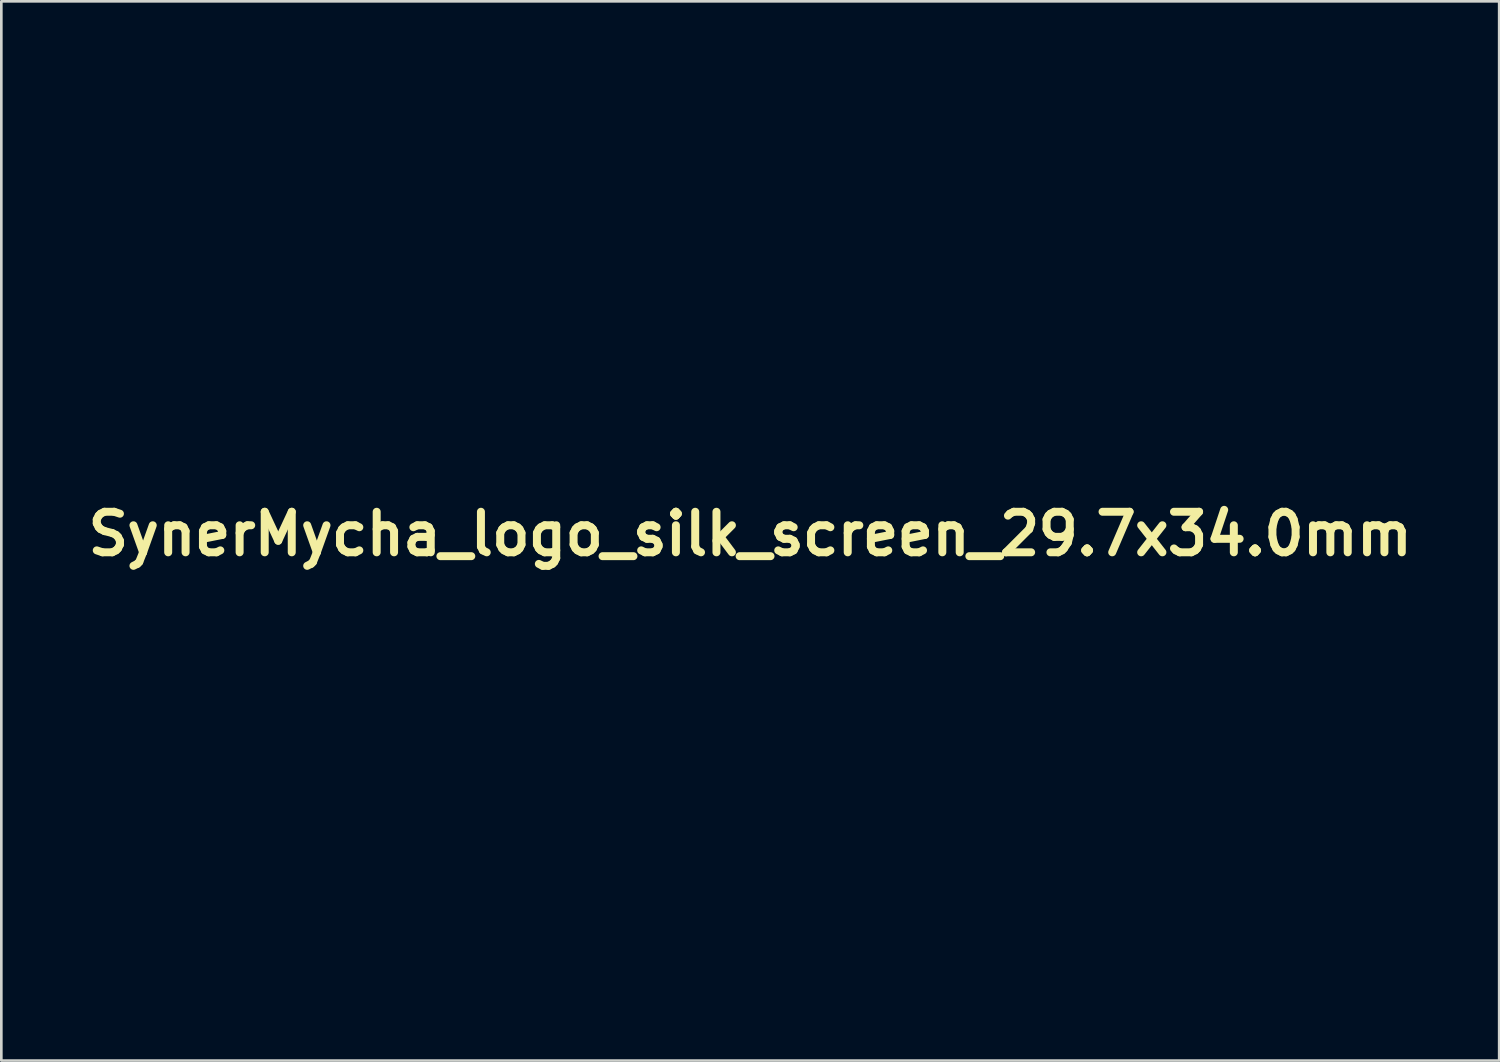
<source format=kicad_pcb>
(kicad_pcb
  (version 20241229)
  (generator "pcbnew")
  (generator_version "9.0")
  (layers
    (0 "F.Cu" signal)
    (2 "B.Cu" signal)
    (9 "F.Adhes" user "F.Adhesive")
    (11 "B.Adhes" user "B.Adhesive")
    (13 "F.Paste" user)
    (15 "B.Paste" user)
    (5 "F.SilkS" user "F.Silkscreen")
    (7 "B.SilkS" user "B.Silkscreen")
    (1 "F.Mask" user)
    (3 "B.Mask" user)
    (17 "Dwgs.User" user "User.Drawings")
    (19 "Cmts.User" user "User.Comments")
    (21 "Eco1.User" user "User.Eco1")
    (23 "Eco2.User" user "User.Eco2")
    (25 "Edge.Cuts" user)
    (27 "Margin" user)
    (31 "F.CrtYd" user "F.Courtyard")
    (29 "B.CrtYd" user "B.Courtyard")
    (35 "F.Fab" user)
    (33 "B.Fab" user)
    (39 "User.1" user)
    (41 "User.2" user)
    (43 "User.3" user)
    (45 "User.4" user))
  (footprint "SynerMycha_logo_silk_screen_29.7x34.0mm"
    (layer "F.Cu")
    (at 25.153 17.023)
    (property "Reference" "SynerMycha_logo_silk_screen_29.7x34.0mm" (at 0 0 0) (layer "F.SilkS") (effects (font (size 1.524 1.524) (thickness 0.3))))
    (attr through_hole)
    (fp_poly (pts (xy -1.874 -7.191) (xy -1.664 -7.013) (xy -1.519 -6.762) (xy -1.461 -6.452) (xy -1.461 -6.428) (xy -1.518 -6.152) (xy -1.672 -5.916) (xy -1.896 -5.74) (xy -2.161 -5.647) (xy -2.44 -5.658) (xy -2.447 -5.66) (xy -2.71 -5.792) (xy -2.907 -6.016) (xy -3.016 -6.305) (xy -3.028 -6.395) (xy -3.017 -6.7) (xy -2.914 -6.937) (xy -2.706 -7.135) (xy -2.673 -7.158) (xy -2.4 -7.276) (xy -2.126 -7.283) (xy -1.874 -7.191)) (stroke (width 0.01) (type solid)) (fill no) (layer "Eco2.User"))
    (fp_poly (pts (xy 2.249 -3.957) (xy 2.535 -3.829) (xy 2.695 -3.669) (xy 2.773 -3.512) (xy 2.782 -3.342) (xy 2.717 -3.125) (xy 2.627 -2.928) (xy 2.483 -2.701) (xy 2.297 -2.492) (xy 2.098 -2.327) (xy 1.917 -2.234) (xy 1.848 -2.223) (xy 1.747 -2.263) (xy 1.594 -2.366) (xy 1.48 -2.461) (xy 1.197 -2.763) (xy 1.019 -3.069) (xy 0.949 -3.364) (xy 0.994 -3.634) (xy 1.021 -3.693) (xy 1.164 -3.835) (xy 1.403 -3.939) (xy 1.714 -3.994) (xy 1.874 -4) (xy 2.249 -3.957)) (stroke (width 0.01) (type solid)) (fill no) (layer "Eco2.User"))
    (fp_poly (pts (xy 5.57 -2.473) (xy 5.849 -2.395) (xy 6.177 -2.275) (xy 6.532 -2.122) (xy 6.894 -1.943) (xy 7.243 -1.747) (xy 7.485 -1.593) (xy 7.724 -1.423) (xy 7.856 -1.313) (xy 7.881 -1.266) (xy 7.799 -1.282) (xy 7.611 -1.366) (xy 7.462 -1.441) (xy 7.003 -1.645) (xy 6.467 -1.827) (xy 5.903 -1.971) (xy 5.764 -1.999) (xy 5.521 -2.048) (xy 5.326 -2.093) (xy 5.213 -2.125) (xy 5.201 -2.131) (xy 5.148 -2.227) (xy 5.163 -2.364) (xy 5.236 -2.474) (xy 5.359 -2.502) (xy 5.57 -2.473)) (stroke (width 0.01) (type solid)) (fill no) (layer "Eco2.User"))
    (fp_poly (pts (xy -1.876 -3.184) (xy -1.765 -3.133) (xy -1.718 -3.033) (xy -1.714 -2.987) (xy -1.743 -2.907) (xy -1.838 -2.839) (xy -2.016 -2.778) (xy -2.292 -2.717) (xy -2.603 -2.664) (xy -3.333 -2.509) (xy -4.064 -2.284) (xy -4.604 -2.066) (xy -4.839 -1.962) (xy -4.974 -1.912) (xy -5.02 -1.914) (xy -4.99 -1.963) (xy -4.988 -1.965) (xy -4.864 -2.063) (xy -4.649 -2.195) (xy -4.369 -2.347) (xy -4.05 -2.506) (xy -3.719 -2.659) (xy -3.403 -2.793) (xy -3.171 -2.88) (xy -2.7 -3.033) (xy -2.333 -3.135) (xy -2.062 -3.185) (xy -1.876 -3.184)) (stroke (width 0.01) (type solid)) (fill no) (layer "Eco2.User"))
    (fp_poly (pts (xy 6.035 -3.124) (xy 6.454 -3.016) (xy 6.675 -2.947) (xy 7.128 -2.786) (xy 7.582 -2.597) (xy 8.006 -2.394) (xy 8.373 -2.193) (xy 8.652 -2.006) (xy 8.7 -1.968) (xy 8.822 -1.863) (xy 8.875 -1.808) (xy 8.847 -1.805) (xy 8.731 -1.857) (xy 8.516 -1.965) (xy 8.382 -2.034) (xy 7.975 -2.219) (xy 7.51 -2.38) (xy 6.965 -2.524) (xy 6.317 -2.658) (xy 6.225 -2.675) (xy 5.859 -2.75) (xy 5.609 -2.824) (xy 5.462 -2.904) (xy 5.407 -2.995) (xy 5.419 -3.075) (xy 5.516 -3.154) (xy 5.722 -3.17) (xy 6.035 -3.124)) (stroke (width 0.01) (type solid)) (fill no) (layer "Eco2.User"))
    (fp_poly (pts (xy -2.432 -3.679) (xy -2.276 -3.625) (xy -2.23 -3.526) (xy -2.244 -3.464) (xy -2.267 -3.414) (xy -2.303 -3.376) (xy -2.372 -3.347) (xy -2.491 -3.324) (xy -2.68 -3.302) (xy -2.958 -3.277) (xy -3.342 -3.247) (xy -3.365 -3.245) (xy -3.982 -3.186) (xy -4.506 -3.111) (xy -4.925 -3.023) (xy -5.17 -2.946) (xy -5.254 -2.93) (xy -5.249 -2.968) (xy -5.15 -3.044) (xy -4.95 -3.136) (xy -4.673 -3.239) (xy -4.342 -3.345) (xy -3.98 -3.448) (xy -3.612 -3.541) (xy -3.261 -3.617) (xy -2.95 -3.669) (xy -2.704 -3.692) (xy -2.704 -3.692) (xy -2.432 -3.679)) (stroke (width 0.01) (type solid)) (fill no) (layer "Eco2.User"))
    (fp_poly (pts (xy -1.54 -2.493) (xy -1.48 -2.413) (xy -1.462 -2.28) (xy -1.49 -2.161) (xy -1.518 -2.131) (xy -1.603 -2.103) (xy -1.781 -2.058) (xy -2.022 -2.003) (xy -2.169 -1.972) (xy -2.792 -1.822) (xy -3.315 -1.649) (xy -3.764 -1.445) (xy -3.853 -1.396) (xy -4.065 -1.279) (xy -4.189 -1.22) (xy -4.245 -1.211) (xy -4.255 -1.229) (xy -4.207 -1.274) (xy -4.08 -1.37) (xy -3.901 -1.499) (xy -3.88 -1.515) (xy -3.582 -1.706) (xy -3.241 -1.895) (xy -2.879 -2.075) (xy -2.518 -2.234) (xy -2.181 -2.364) (xy -1.889 -2.456) (xy -1.665 -2.501) (xy -1.54 -2.493)) (stroke (width 0.01) (type solid)) (fill no) (layer "Eco2.User"))
    (fp_poly (pts (xy 6.886 -3.632) (xy 7.33 -3.542) (xy 7.42 -3.521) (xy 7.798 -3.42) (xy 8.162 -3.311) (xy 8.486 -3.203) (xy 8.749 -3.103) (xy 8.926 -3.02) (xy 8.982 -2.981) (xy 9.012 -2.946) (xy 8.997 -2.932) (xy 8.921 -2.941) (xy 8.763 -2.976) (xy 8.504 -3.041) (xy 8.445 -3.055) (xy 8.193 -3.108) (xy 7.857 -3.16) (xy 7.482 -3.208) (xy 7.112 -3.243) (xy 6.704 -3.276) (xy 6.406 -3.303) (xy 6.201 -3.329) (xy 6.072 -3.357) (xy 6.003 -3.391) (xy 5.978 -3.435) (xy 5.978 -3.494) (xy 5.981 -3.511) (xy 6.056 -3.613) (xy 6.238 -3.668) (xy 6.519 -3.674) (xy 6.886 -3.632)) (stroke (width 0.01) (type solid)) (fill no) (layer "Eco2.User"))
    (fp_poly (pts (xy 6.195 -7.268) (xy 6.475 -7.126) (xy 6.586 -7.024) (xy 6.722 -6.85) (xy 6.783 -6.684) (xy 6.795 -6.501) (xy 6.758 -6.238) (xy 6.663 -5.995) (xy 6.527 -5.812) (xy 6.428 -5.746) (xy 6.096 -5.652) (xy 5.795 -5.65) (xy 5.737 -5.663) (xy 5.571 -5.744) (xy 5.394 -5.884) (xy 5.34 -5.94) (xy 5.186 -6.199) (xy 5.139 -6.45) (xy 5.337 -6.45) (xy 5.412 -6.187) (xy 5.423 -6.166) (xy 5.599 -5.965) (xy 5.835 -5.864) (xy 6.103 -5.87) (xy 6.288 -5.938) (xy 6.489 -6.1) (xy 6.594 -6.309) (xy 6.61 -6.538) (xy 6.544 -6.76) (xy 6.404 -6.947) (xy 6.197 -7.073) (xy 5.969 -7.112) (xy 5.701 -7.058) (xy 5.497 -6.912) (xy 5.37 -6.7) (xy 5.337 -6.45) (xy 5.139 -6.45) (xy 5.133 -6.484) (xy 5.177 -6.765) (xy 5.313 -7.011) (xy 5.536 -7.193) (xy 5.562 -7.206) (xy 5.883 -7.296) (xy 6.195 -7.268)) (stroke (width 0.01) (type solid)) (fill no) (layer "Eco2.User"))
    (fp_poly (pts (xy 2.199 1.295) (xy 2.576 1.378) (xy 2.974 1.516) (xy 3.356 1.695) (xy 3.685 1.901) (xy 3.874 2.064) (xy 4.081 2.278) (xy 4.406 2.094) (xy 4.639 1.97) (xy 4.875 1.855) (xy 4.985 1.807) (xy 5.072 1.776) (xy 5.106 1.78) (xy 5.08 1.83) (xy 4.985 1.935) (xy 4.813 2.105) (xy 4.556 2.35) (xy 4.529 2.377) (xy 4.208 2.689) (xy 3.969 2.943) (xy 3.795 3.16) (xy 3.667 3.359) (xy 3.625 3.439) (xy 3.496 3.766) (xy 3.474 4.024) (xy 3.558 4.212) (xy 3.748 4.33) (xy 4.045 4.38) (xy 4.123 4.381) (xy 4.433 4.362) (xy 4.749 4.298) (xy 5.096 4.18) (xy 5.5 4.002) (xy 5.889 3.805) (xy 6.162 3.663) (xy 6.395 3.545) (xy 6.563 3.464) (xy 6.645 3.429) (xy 6.648 3.429) (xy 6.641 3.467) (xy 6.559 3.566) (xy 6.422 3.707) (xy 6.251 3.868) (xy 6.067 4.029) (xy 5.891 4.171) (xy 5.879 4.18) (xy 5.635 4.35) (xy 5.359 4.524) (xy 5.22 4.604) (xy 5.022 4.722) (xy 4.902 4.832) (xy 4.823 4.976) (xy 4.766 5.144) (xy 4.586 5.616) (xy 4.355 6.017) (xy 4.042 6.398) (xy 4.014 6.427) (xy 3.782 6.638) (xy 3.506 6.842) (xy 3.215 7.021) (xy 2.941 7.156) (xy 2.713 7.23) (xy 2.635 7.239) (xy 2.512 7.211) (xy 2.316 7.138) (xy 2.086 7.035) (xy 2.051 7.018) (xy 1.72 6.816) (xy 1.389 6.551) (xy 1.091 6.254) (xy 0.862 5.96) (xy 0.797 5.847) (xy 0.686 5.634) (xy 0.887 5.777) (xy 1.286 5.988) (xy 1.711 6.083) (xy 2.142 6.063) (xy 2.56 5.931) (xy 2.944 5.688) (xy 3.077 5.567) (xy 3.242 5.383) (xy 3.381 5.193) (xy 3.481 5.022) (xy 3.528 4.892) (xy 3.51 4.829) (xy 3.494 4.826) (xy 3.414 4.788) (xy 3.284 4.695) (xy 3.25 4.667) (xy 3.07 4.438) (xy 2.971 4.141) (xy 2.956 3.81) (xy 3.024 3.474) (xy 3.177 3.165) (xy 3.189 3.148) (xy 3.322 2.963) (xy 3.171 2.672) (xy 3.007 2.422) (xy 2.77 2.14) (xy 2.496 1.862) (xy 2.218 1.622) (xy 1.971 1.456) (xy 1.967 1.454) (xy 1.683 1.302) (xy 1.881 1.283) (xy 2.199 1.295)) (stroke (width 0.01) (type solid)) (fill no) (layer "Eco2.User"))
    (fp_poly (pts (xy 1.166 1.435) (xy 1.406 1.537) (xy 1.679 1.684) (xy 1.956 1.859) (xy 2.203 2.044) (xy 2.338 2.166) (xy 2.492 2.331) (xy 2.644 2.513) (xy 2.775 2.686) (xy 2.868 2.826) (xy 2.905 2.909) (xy 2.895 2.921) (xy 2.833 2.892) (xy 2.694 2.819) (xy 2.564 2.746) (xy 2.373 2.651) (xy 2.193 2.598) (xy 1.974 2.576) (xy 1.778 2.573) (xy 1.489 2.584) (xy 1.272 2.622) (xy 1.071 2.698) (xy 0.98 2.743) (xy 0.734 2.882) (xy 0.593 2.994) (xy 0.544 3.097) (xy 0.573 3.21) (xy 0.605 3.264) (xy 0.669 3.417) (xy 0.722 3.638) (xy 0.744 3.797) (xy 0.735 4.176) (xy 0.631 4.475) (xy 0.426 4.703) (xy 0.308 4.781) (xy 0.156 4.879) (xy 0.092 4.965) (xy 0.093 5.081) (xy 0.098 5.112) (xy 0.175 5.36) (xy 0.311 5.667) (xy 0.486 5.992) (xy 0.677 6.294) (xy 0.863 6.533) (xy 1.084 6.749) (xy 1.349 6.964) (xy 1.529 7.089) (xy 1.716 7.207) (xy 1.85 7.298) (xy 1.905 7.343) (xy 1.905 7.343) (xy 1.848 7.363) (xy 1.7 7.362) (xy 1.495 7.343) (xy 1.266 7.309) (xy 1.065 7.267) (xy 0.542 7.09) (xy 0.073 6.817) (xy -0.363 6.443) (xy -0.675 6.08) (xy -0.931 5.68) (xy -1.111 5.279) (xy -1.184 5.002) (xy -1.219 4.862) (xy -1.292 4.757) (xy -1.43 4.653) (xy -1.579 4.565) (xy -1.809 4.425) (xy -2.054 4.258) (xy -2.296 4.078) (xy -2.518 3.901) (xy -2.703 3.739) (xy -2.833 3.607) (xy -2.892 3.52) (xy -2.869 3.493) (xy -2.787 3.52) (xy -2.618 3.596) (xy -2.386 3.707) (xy -2.126 3.838) (xy -1.662 4.065) (xy -1.273 4.224) (xy -0.934 4.323) (xy -0.618 4.372) (xy -0.403 4.381) (xy -0.15 4.372) (xy 0.01 4.337) (xy 0.108 4.262) (xy 0.177 4.13) (xy 0.187 4.104) (xy 0.222 3.836) (xy 0.139 3.527) (xy -0.06 3.18) (xy -0.374 2.797) (xy -0.8 2.383) (xy -0.817 2.368) (xy -1.103 2.111) (xy -1.293 1.932) (xy -1.387 1.824) (xy -1.386 1.786) (xy -1.29 1.811) (xy -1.102 1.895) (xy -0.883 2.003) (xy -0.435 2.229) (xy -0.179 1.998) (xy 0.019 1.845) (xy 0.268 1.691) (xy 0.532 1.553) (xy 0.775 1.449) (xy 0.96 1.399) (xy 0.992 1.397) (xy 1.166 1.435)) (stroke (width 0.01) (type solid)) (fill no) (layer "Eco2.User"))
    (fp_poly (pts (xy -6.555 -15.222) (xy -6.357 -15.184) (xy -6.16 -15.119) (xy -5.727 -14.903) (xy -5.27 -14.581) (xy -4.801 -14.167) (xy -4.333 -13.676) (xy -3.88 -13.123) (xy -3.455 -12.522) (xy -3.071 -11.889) (xy -2.818 -11.402) (xy -2.663 -11.083) (xy -2.548 -10.831) (xy -2.478 -10.627) (xy -2.455 -10.449) (xy -2.485 -10.277) (xy -2.572 -10.088) (xy -2.72 -9.864) (xy -2.933 -9.582) (xy -3.216 -9.222) (xy -3.273 -9.148) (xy -3.55 -8.791) (xy -3.822 -8.436) (xy -4.07 -8.105) (xy -4.279 -7.823) (xy -4.429 -7.611) (xy -4.453 -7.577) (xy -4.766 -7.112) (xy -5.415 -7.121) (xy -5.707 -7.127) (xy -5.966 -7.136) (xy -6.156 -7.147) (xy -6.223 -7.154) (xy -7.003 -7.321) (xy -7.732 -7.565) (xy -8.399 -7.879) (xy -8.995 -8.253) (xy -9.509 -8.682) (xy -9.931 -9.157) (xy -10.249 -9.67) (xy -10.454 -10.215) (xy -10.472 -10.287) (xy -10.531 -10.706) (xy -10.533 -10.864) (xy -10.11 -10.864) (xy -10.093 -10.64) (xy -9.958 -10.117) (xy -9.71 -9.621) (xy -9.361 -9.158) (xy -8.922 -8.739) (xy -8.405 -8.371) (xy -7.823 -8.061) (xy -7.187 -7.819) (xy -6.51 -7.652) (xy -5.803 -7.569) (xy -5.553 -7.562) (xy -4.979 -7.556) (xy -4.658 -8.017) (xy -4.512 -8.221) (xy -4.307 -8.497) (xy -4.064 -8.82) (xy -3.803 -9.161) (xy -3.598 -9.427) (xy -3.366 -9.729) (xy -3.164 -9.998) (xy -3.004 -10.219) (xy -2.897 -10.375) (xy -2.858 -10.449) (xy -2.857 -10.45) (xy -2.889 -10.563) (xy -2.975 -10.762) (xy -3.104 -11.025) (xy -3.264 -11.331) (xy -3.443 -11.658) (xy -3.629 -11.983) (xy -3.811 -12.285) (xy -3.975 -12.542) (xy -4.088 -12.703) (xy -4.353 -13.03) (xy -4.661 -13.374) (xy -4.992 -13.714) (xy -5.326 -14.031) (xy -5.64 -14.304) (xy -5.915 -14.514) (xy -6.1 -14.627) (xy -6.295 -14.714) (xy -6.478 -14.765) (xy -6.696 -14.79) (xy -6.987 -14.796) (xy -7.277 -14.79) (xy -7.489 -14.767) (xy -7.671 -14.716) (xy -7.873 -14.627) (xy -7.923 -14.602) (xy -8.285 -14.371) (xy -8.66 -14.043) (xy -9.029 -13.644) (xy -9.369 -13.2) (xy -9.661 -12.736) (xy -9.883 -12.278) (xy -9.961 -12.065) (xy -10.048 -11.692) (xy -10.1 -11.271) (xy -10.11 -10.864) (xy -10.533 -10.864) (xy -10.537 -11.181) (xy -10.492 -11.654) (xy -10.407 -12.042) (xy -10.15 -12.706) (xy -9.806 -13.336) (xy -9.39 -13.911) (xy -8.918 -14.411) (xy -8.406 -14.816) (xy -8.126 -14.983) (xy -7.914 -15.09) (xy -7.734 -15.158) (xy -7.542 -15.197) (xy -7.292 -15.219) (xy -7.112 -15.228) (xy -6.792 -15.235) (xy -6.555 -15.222)) (stroke (width 0.01) (type solid)) (fill no) (layer "Eco2.User"))
    (fp_poly (pts (xy 8.519 -15.979) (xy 8.714 -15.915) (xy 8.992 -15.817) (xy 9.334 -15.691) (xy 9.725 -15.545) (xy 10.147 -15.384) (xy 10.582 -15.215) (xy 11.014 -15.046) (xy 11.424 -14.882) (xy 11.796 -14.732) (xy 12.113 -14.6) (xy 12.356 -14.495) (xy 12.51 -14.423) (xy 12.554 -14.395) (xy 12.609 -14.3) (xy 12.699 -14.091) (xy 12.822 -13.772) (xy 12.977 -13.35) (xy 13.161 -12.832) (xy 13.372 -12.223) (xy 13.526 -11.769) (xy 13.83 -10.87) (xy 13.662 -10.713) (xy 13.502 -10.574) (xy 13.252 -10.368) (xy 12.925 -10.106) (xy 12.533 -9.797) (xy 12.087 -9.451) (xy 11.601 -9.076) (xy 11.086 -8.683) (xy 10.555 -8.28) (xy 10.021 -7.878) (xy 9.494 -7.486) (xy 9.009 -7.128) (xy 8.652 -6.866) (xy 8.533 -7.005) (xy 8.441 -7.121) (xy 8.302 -7.307) (xy 8.144 -7.527) (xy 8.101 -7.588) (xy 7.953 -7.793) (xy 7.75 -8.07) (xy 7.512 -8.391) (xy 7.261 -8.725) (xy 7.112 -8.922) (xy 6.765 -9.381) (xy 6.49 -9.752) (xy 6.281 -10.045) (xy 6.13 -10.271) (xy 6.031 -10.44) (xy 5.977 -10.564) (xy 5.974 -10.581) (xy 6.461 -10.581) (xy 6.612 -10.358) (xy 6.784 -10.128) (xy 6.958 -9.913) (xy 7.118 -9.732) (xy 7.243 -9.609) (xy 7.317 -9.565) (xy 7.322 -9.567) (xy 7.392 -9.62) (xy 7.543 -9.743) (xy 7.758 -9.92) (xy 8.022 -10.14) (xy 8.318 -10.389) (xy 8.359 -10.423) (xy 8.687 -10.699) (xy 8.933 -10.91) (xy 9.112 -11.079) (xy 9.234 -11.226) (xy 9.313 -11.374) (xy 9.361 -11.543) (xy 9.391 -11.756) (xy 9.416 -12.033) (xy 9.434 -12.255) (xy 9.476 -12.732) (xy 9.974 -13.139) (xy 10.179 -13.314) (xy 10.336 -13.463) (xy 10.425 -13.567) (xy 10.438 -13.602) (xy 10.441 -13.651) (xy 10.604 -13.651) (xy 10.642 -13.54) (xy 10.684 -13.508) (xy 10.827 -13.506) (xy 10.913 -13.596) (xy 10.922 -13.654) (xy 10.884 -13.765) (xy 10.843 -13.797) (xy 10.699 -13.799) (xy 10.614 -13.709) (xy 10.604 -13.651) (xy 10.441 -13.651) (xy 10.444 -13.69) (xy 10.505 -13.814) (xy 10.651 -13.944) (xy 10.821 -13.962) (xy 10.979 -13.868) (xy 11.023 -13.811) (xy 11.09 -13.687) (xy 11.079 -13.589) (xy 11.023 -13.494) (xy 10.887 -13.367) (xy 10.769 -13.335) (xy 10.644 -13.294) (xy 10.454 -13.182) (xy 10.223 -13.014) (xy 10.173 -12.974) (xy 9.728 -12.614) (xy 9.688 -12.196) (xy 9.66 -11.91) (xy 9.629 -11.614) (xy 9.611 -11.443) (xy 9.573 -11.107) (xy 8.501 -10.21) (xy 8.189 -9.947) (xy 7.913 -9.71) (xy 7.687 -9.513) (xy 7.524 -9.366) (xy 7.439 -9.283) (xy 7.429 -9.27) (xy 7.471 -9.199) (xy 7.546 -9.121) (xy 7.586 -9.093) (xy 7.635 -9.086) (xy 7.704 -9.108) (xy 7.806 -9.168) (xy 7.952 -9.273) (xy 8.155 -9.433) (xy 8.426 -9.655) (xy 8.778 -9.948) (xy 8.927 -10.073) (xy 10.192 -11.13) (xy 10.236 -11.549) (xy 10.254 -11.793) (xy 10.245 -11.947) (xy 10.203 -12.048) (xy 10.176 -12.082) (xy 10.107 -12.237) (xy 10.113 -12.266) (xy 10.298 -12.266) (xy 10.303 -12.157) (xy 10.385 -12.135) (xy 10.425 -12.139) (xy 10.548 -12.201) (xy 10.573 -12.287) (xy 10.532 -12.392) (xy 10.441 -12.419) (xy 10.347 -12.371) (xy 10.298 -12.266) (xy 10.113 -12.266) (xy 10.138 -12.398) (xy 10.251 -12.521) (xy 10.371 -12.562) (xy 10.535 -12.551) (xy 10.64 -12.506) (xy 10.719 -12.368) (xy 10.716 -12.192) (xy 10.633 -12.039) (xy 10.568 -11.909) (xy 10.518 -11.677) (xy 10.496 -11.487) (xy 10.458 -11.034) (xy 9.923 -10.581) (xy 9.389 -10.128) (xy 9.568 -10.055) (xy 9.733 -9.995) (xy 9.851 -9.96) (xy 9.937 -9.992) (xy 10.096 -10.094) (xy 10.311 -10.251) (xy 10.561 -10.446) (xy 10.828 -10.665) (xy 11.092 -10.89) (xy 11.335 -11.106) (xy 11.538 -11.298) (xy 11.681 -11.448) (xy 11.733 -11.522) (xy 11.884 -11.522) (xy 11.935 -11.417) (xy 12.055 -11.367) (xy 12.063 -11.367) (xy 12.17 -11.41) (xy 12.192 -11.495) (xy 12.146 -11.618) (xy 12.043 -11.674) (xy 11.931 -11.639) (xy 11.925 -11.633) (xy 11.884 -11.522) (xy 11.733 -11.522) (xy 11.746 -11.541) (xy 11.748 -11.551) (xy 11.797 -11.701) (xy 11.919 -11.787) (xy 12.076 -11.806) (xy 12.228 -11.754) (xy 12.336 -11.629) (xy 12.346 -11.604) (xy 12.356 -11.419) (xy 12.26 -11.279) (xy 12.076 -11.209) (xy 12.034 -11.205) (xy 11.916 -11.159) (xy 11.713 -11.029) (xy 11.433 -10.822) (xy 11.083 -10.542) (xy 11.038 -10.504) (xy 10.753 -10.27) (xy 10.495 -10.059) (xy 10.284 -9.887) (xy 10.138 -9.769) (xy 10.082 -9.726) (xy 10 -9.686) (xy 9.894 -9.686) (xy 9.729 -9.729) (xy 9.564 -9.786) (xy 9.162 -9.93) (xy 8.488 -9.371) (xy 8.215 -9.143) (xy 8.029 -8.978) (xy 7.921 -8.857) (xy 7.881 -8.761) (xy 7.898 -8.671) (xy 7.963 -8.569) (xy 8.026 -8.488) (xy 8.083 -8.43) (xy 8.146 -8.422) (xy 8.245 -8.474) (xy 8.41 -8.594) (xy 8.437 -8.615) (xy 8.612 -8.767) (xy 8.727 -8.904) (xy 8.759 -8.98) (xy 8.764 -8.994) (xy 8.926 -8.994) (xy 8.971 -8.898) (xy 9.074 -8.832) (xy 9.168 -8.877) (xy 9.205 -8.919) (xy 9.25 -9.039) (xy 9.185 -9.123) (xy 9.084 -9.144) (xy 8.966 -9.098) (xy 8.926 -8.994) (xy 8.764 -8.994) (xy 8.809 -9.133) (xy 8.921 -9.267) (xy 9.053 -9.333) (xy 9.069 -9.335) (xy 9.217 -9.28) (xy 9.342 -9.151) (xy 9.398 -8.995) (xy 9.398 -8.988) (xy 9.346 -8.811) (xy 9.201 -8.714) (xy 9.089 -8.7) (xy 8.96 -8.662) (xy 8.775 -8.565) (xy 8.59 -8.44) (xy 8.247 -8.181) (xy 8.355 -8.017) (xy 8.462 -7.847) (xy 8.579 -7.654) (xy 8.588 -7.639) (xy 8.714 -7.426) (xy 8.945 -7.601) (xy 9.046 -7.678) (xy 9.236 -7.823) (xy 9.501 -8.027) (xy 9.829 -8.279) (xy 10.207 -8.57) (xy 10.624 -8.891) (xy 11.066 -9.232) (xy 11.144 -9.292) (xy 11.584 -9.631) (xy 11.994 -9.949) (xy 12.365 -10.236) (xy 12.684 -10.485) (xy 12.939 -10.685) (xy 13.119 -10.829) (xy 13.212 -10.905) (xy 13.22 -10.913) (xy 13.251 -10.951) (xy 13.267 -11.005) (xy 13.263 -11.089) (xy 13.236 -11.216) (xy 13.182 -11.403) (xy 13.098 -11.663) (xy 12.98 -12.012) (xy 12.823 -12.464) (xy 12.799 -12.53) (xy 12.653 -12.946) (xy 12.518 -13.321) (xy 12.4 -13.64) (xy 12.306 -13.886) (xy 12.241 -14.042) (xy 12.216 -14.091) (xy 12.132 -14.136) (xy 11.951 -14.215) (xy 11.689 -14.321) (xy 11.366 -14.449) (xy 10.998 -14.59) (xy 10.603 -14.74) (xy 10.2 -14.891) (xy 9.805 -15.037) (xy 9.436 -15.17) (xy 9.111 -15.285) (xy 8.848 -15.375) (xy 8.664 -15.433) (xy 8.578 -15.452) (xy 8.574 -15.451) (xy 8.525 -15.367) (xy 8.435 -15.184) (xy 8.31 -14.917) (xy 8.158 -14.582) (xy 7.983 -14.192) (xy 7.793 -13.763) (xy 7.595 -13.31) (xy 7.394 -12.847) (xy 7.197 -12.39) (xy 7.01 -11.953) (xy 6.841 -11.552) (xy 6.695 -11.2) (xy 6.579 -10.914) (xy 6.499 -10.707) (xy 6.463 -10.596) (xy 6.461 -10.581) (xy 5.974 -10.581) (xy 5.961 -10.651) (xy 5.97 -10.7) (xy 6.01 -10.795) (xy 6.095 -10.992) (xy 6.218 -11.273) (xy 6.373 -11.624) (xy 6.553 -12.03) (xy 6.75 -12.475) (xy 6.959 -12.944) (xy 7.171 -13.421) (xy 7.381 -13.891) (xy 7.581 -14.339) (xy 7.765 -14.75) (xy 7.926 -15.107) (xy 8.057 -15.396) (xy 8.151 -15.602) (xy 8.197 -15.7) (xy 8.293 -15.87) (xy 8.382 -15.979) (xy 8.423 -16.002) (xy 8.519 -15.979)) (stroke (width 0.01) (type solid)) (fill no) (layer "Eco2.User"))
    (fp_poly (pts (xy 8.023 -16.996) (xy 8.19 -16.934) (xy 8.446 -16.837) (xy 8.777 -16.712) (xy 9.168 -16.562) (xy 9.605 -16.395) (xy 10.074 -16.216) (xy 10.559 -16.03) (xy 11.047 -15.843) (xy 11.522 -15.66) (xy 11.971 -15.487) (xy 12.379 -15.329) (xy 12.731 -15.193) (xy 13.013 -15.083) (xy 13.21 -15.006) (xy 13.308 -14.966) (xy 13.317 -14.962) (xy 13.348 -14.89) (xy 13.411 -14.714) (xy 13.5 -14.45) (xy 13.611 -14.113) (xy 13.737 -13.72) (xy 13.875 -13.286) (xy 14.02 -12.827) (xy 14.165 -12.359) (xy 14.308 -11.898) (xy 14.442 -11.459) (xy 14.563 -11.059) (xy 14.666 -10.713) (xy 14.745 -10.437) (xy 14.797 -10.247) (xy 14.815 -10.159) (xy 14.814 -10.155) (xy 14.753 -10.11) (xy 14.597 -10.002) (xy 14.356 -9.836) (xy 14.041 -9.62) (xy 13.661 -9.361) (xy 13.227 -9.066) (xy 12.749 -8.741) (xy 12.237 -8.394) (xy 12.129 -8.32) (xy 11.612 -7.969) (xy 11.128 -7.639) (xy 10.687 -7.337) (xy 10.299 -7.069) (xy 9.974 -6.842) (xy 9.722 -6.664) (xy 9.552 -6.541) (xy 9.476 -6.481) (xy 9.473 -6.477) (xy 9.491 -6.402) (xy 9.553 -6.233) (xy 9.65 -5.993) (xy 9.775 -5.704) (xy 9.833 -5.573) (xy 10.29 -4.461) (xy 10.679 -3.315) (xy 11.001 -2.121) (xy 11.261 -0.865) (xy 11.461 0.467) (xy 11.604 1.888) (xy 11.689 3.334) (xy 11.717 4.279) (xy 11.72 5.114) (xy 11.695 5.853) (xy 11.641 6.51) (xy 11.554 7.1) (xy 11.435 7.637) (xy 11.28 8.135) (xy 11.087 8.61) (xy 10.969 8.858) (xy 10.578 9.517) (xy 10.083 10.158) (xy 9.505 10.756) (xy 8.867 11.285) (xy 8.654 11.437) (xy 8.132 11.792) (xy 8.552 12.163) (xy 8.914 12.513) (xy 9.16 12.824) (xy 9.294 13.105) (xy 9.318 13.363) (xy 9.234 13.605) (xy 9.107 13.777) (xy 8.796 14.036) (xy 8.403 14.209) (xy 7.923 14.299) (xy 7.62 14.314) (xy 7.332 14.311) (xy 7.126 14.289) (xy 6.955 14.241) (xy 6.775 14.158) (xy 6.759 14.149) (xy 6.366 13.874) (xy 6.026 13.496) (xy 5.808 13.139) (xy 5.744 13.011) (xy 5.691 12.921) (xy 5.628 12.867) (xy 5.534 12.846) (xy 5.388 12.857) (xy 5.17 12.898) (xy 4.859 12.965) (xy 4.636 13.014) (xy 4.015 13.121) (xy 3.302 13.195) (xy 2.527 13.235) (xy 1.72 13.242) (xy 0.911 13.217) (xy 0.13 13.159) (xy -0.594 13.069) (xy -1.046 12.987) (xy -1.345 12.925) (xy -1.601 12.874) (xy -1.787 12.84) (xy -1.876 12.827) (xy -1.877 12.827) (xy -1.94 12.88) (xy -2.029 13.017) (xy -2.1 13.155) (xy -2.3 13.487) (xy -2.566 13.798) (xy -2.861 14.048) (xy -3.025 14.147) (xy -3.387 14.271) (xy -3.797 14.322) (xy -4.226 14.302) (xy -4.644 14.217) (xy -5.021 14.073) (xy -5.327 13.874) (xy -5.456 13.739) (xy -5.575 13.492) (xy -5.579 13.296) (xy -5.181 13.296) (xy -5.143 13.464) (xy -4.998 13.606) (xy -4.994 13.609) (xy -4.635 13.78) (xy -4.215 13.878) (xy -3.781 13.897) (xy -3.415 13.84) (xy -3.202 13.752) (xy -2.999 13.623) (xy -2.983 13.61) (xy -2.856 13.476) (xy -2.713 13.287) (xy -2.576 13.078) (xy -2.469 12.885) (xy -2.416 12.745) (xy -2.414 12.723) (xy -2.469 12.675) (xy -2.622 12.593) (xy -2.849 12.488) (xy -3.129 12.372) (xy -3.181 12.351) (xy -3.514 12.222) (xy -3.758 12.14) (xy -3.941 12.11) (xy -4.095 12.136) (xy -4.249 12.223) (xy -4.434 12.374) (xy -4.64 12.561) (xy -4.932 12.851) (xy -5.112 13.094) (xy -5.181 13.296) (xy -5.579 13.296) (xy -5.581 13.209) (xy -5.479 12.901) (xy -5.273 12.58) (xy -4.968 12.259) (xy -4.826 12.137) (xy -4.651 11.992) (xy -4.519 11.875) (xy -4.459 11.812) (xy -4.459 11.811) (xy -4.5 11.758) (xy -4.625 11.658) (xy -4.809 11.529) (xy -4.871 11.489) (xy -5.17 11.271) (xy -5.513 10.98) (xy -5.875 10.638) (xy -6.233 10.272) (xy -6.562 9.906) (xy -6.838 9.564) (xy -7.038 9.272) (xy -7.045 9.259) (xy -7.328 8.772) (xy -7.553 8.87) (xy -7.862 9.001) (xy -8.144 9.113) (xy -8.426 9.214) (xy -8.731 9.312) (xy -9.087 9.416) (xy -9.519 9.534) (xy -9.978 9.654) (xy -10.662 9.838) (xy -11.237 10.006) (xy -11.716 10.165) (xy -12.115 10.321) (xy -12.45 10.483) (xy -12.734 10.655) (xy -12.984 10.844) (xy -13.214 11.058) (xy -13.239 11.083) (xy -13.563 11.492) (xy -13.774 11.926) (xy -13.872 12.369) (xy -13.858 12.808) (xy -13.731 13.228) (xy -13.492 13.615) (xy -13.176 13.927) (xy -12.701 14.242) (xy -12.107 14.528) (xy -11.398 14.784) (xy -10.581 15.006) (xy -10.102 15.111) (xy -9.711 15.185) (xy -9.321 15.249) (xy -8.918 15.302) (xy -8.486 15.348) (xy -8.011 15.386) (xy -7.477 15.417) (xy -6.868 15.444) (xy -6.17 15.466) (xy -5.368 15.486) (xy -4.953 15.494) (xy -4.217 15.509) (xy -3.593 15.524) (xy -3.07 15.541) (xy -2.632 15.56) (xy -2.267 15.584) (xy -1.96 15.613) (xy -1.697 15.649) (xy -1.466 15.695) (xy -1.252 15.75) (xy -1.042 15.817) (xy -0.822 15.896) (xy -0.699 15.944) (xy -0.215 16.161) (xy 0.22 16.429) (xy 0.475 16.622) (xy 0.586 16.722) (xy 0.631 16.785) (xy 0.629 16.791) (xy 0.568 16.773) (xy 0.456 16.694) (xy 0.445 16.685) (xy 0.279 16.575) (xy 0.028 16.439) (xy -0.274 16.292) (xy -0.595 16.151) (xy -0.899 16.029) (xy -1.153 15.944) (xy -1.206 15.93) (xy -1.313 15.908) (xy -1.452 15.89) (xy -1.633 15.876) (xy -1.864 15.864) (xy -2.153 15.856) (xy -2.509 15.85) (xy -2.94 15.848) (xy -3.455 15.848) (xy -4.061 15.851) (xy -4.769 15.857) (xy -5.584 15.865) (xy -6.518 15.876) (xy -6.668 15.878) (xy -7.298 15.885) (xy -7.818 15.888) (xy -8.247 15.887) (xy -8.601 15.882) (xy -8.899 15.871) (xy -9.157 15.855) (xy -9.393 15.833) (xy -9.625 15.805) (xy -9.71 15.793) (xy -10.341 15.693) (xy -10.961 15.576) (xy -11.539 15.449) (xy -12.045 15.318) (xy -12.363 15.22) (xy -13.018 14.945) (xy -13.575 14.607) (xy -14.031 14.213) (xy -14.384 13.773) (xy -14.63 13.297) (xy -14.768 12.793) (xy -14.794 12.27) (xy -14.707 11.738) (xy -14.502 11.207) (xy -14.179 10.684) (xy -13.778 10.223) (xy -13.511 9.971) (xy -13.241 9.749) (xy -12.952 9.55) (xy -12.628 9.365) (xy -12.254 9.187) (xy -11.814 9.009) (xy -11.292 8.821) (xy -10.672 8.618) (xy -10.223 8.477) (xy -9.603 8.278) (xy -9.061 8.09) (xy -8.607 7.915) (xy -8.251 7.758) (xy -8 7.623) (xy -7.868 7.517) (xy -7.83 7.429) (xy -7.833 7.284) (xy -7.874 7.063) (xy -7.917 6.785) (xy -7.95 6.397) (xy -7.972 5.919) (xy -7.985 5.369) (xy -7.988 4.763) (xy -7.982 4.121) (xy -7.967 3.459) (xy -7.943 2.797) (xy -7.911 2.152) (xy -7.871 1.542) (xy -7.822 0.984) (xy -7.776 0.572) (xy -7.604 -0.561) (xy -7.381 -1.685) (xy -7.113 -2.775) (xy -6.807 -3.81) (xy -6.468 -4.766) (xy -6.103 -5.621) (xy -6.091 -5.645) (xy -5.969 -5.908) (xy -5.874 -6.126) (xy -5.816 -6.275) (xy -5.803 -6.332) (xy -5.874 -6.353) (xy -6.036 -6.384) (xy -6.256 -6.418) (xy -6.264 -6.419) (xy -7.173 -6.589) (xy -8.009 -6.832) (xy -8.765 -7.141) (xy -9.434 -7.514) (xy -10.009 -7.947) (xy -10.484 -8.433) (xy -10.853 -8.97) (xy -11.109 -9.554) (xy -11.119 -9.584) (xy -11.196 -9.93) (xy -11.242 -10.363) (xy -11.259 -10.844) (xy -11.252 -11.081) (xy -10.838 -11.081) (xy -10.833 -10.419) (xy -10.745 -9.841) (xy -10.568 -9.33) (xy -10.298 -8.868) (xy -10.014 -8.527) (xy -9.487 -8.058) (xy -8.856 -7.659) (xy -8.122 -7.328) (xy -7.282 -7.066) (xy -6.336 -6.872) (xy -6.046 -6.829) (xy -5.755 -6.79) (xy -5.51 -6.758) (xy -5.337 -6.737) (xy -5.268 -6.731) (xy -5.223 -6.709) (xy -5.215 -6.635) (xy -5.25 -6.495) (xy -5.33 -6.278) (xy -5.461 -5.972) (xy -5.616 -5.627) (xy -5.874 -5.051) (xy -6.085 -4.554) (xy -6.262 -4.101) (xy -6.417 -3.66) (xy -6.564 -3.195) (xy -6.635 -2.953) (xy -6.853 -2.121) (xy -7.045 -1.226) (xy -7.21 -0.284) (xy -7.348 0.687) (xy -7.457 1.671) (xy -7.536 2.65) (xy -7.584 3.608) (xy -7.599 4.527) (xy -7.581 5.391) (xy -7.529 6.183) (xy -7.441 6.885) (xy -7.334 7.409) (xy -7.066 8.223) (xy -6.687 8.981) (xy -6.202 9.681) (xy -5.614 10.32) (xy -4.93 10.895) (xy -4.153 11.402) (xy -3.289 11.839) (xy -2.342 12.203) (xy -1.317 12.49) (xy -0.219 12.697) (xy 0.948 12.821) (xy 0.984 12.824) (xy 1.287 12.842) (xy 1.551 12.853) (xy 1.805 12.856) (xy 2.079 12.851) (xy 2.4 12.838) (xy 2.798 12.815) (xy 2.905 12.809) (xy 6.135 12.809) (xy 6.174 12.918) (xy 6.251 13.062) (xy 6.254 13.068) (xy 6.434 13.359) (xy 6.626 13.567) (xy 6.868 13.733) (xy 6.957 13.781) (xy 7.236 13.869) (xy 7.583 13.898) (xy 7.954 13.869) (xy 8.305 13.784) (xy 8.481 13.711) (xy 8.715 13.575) (xy 8.844 13.447) (xy 8.882 13.302) (xy 8.864 13.175) (xy 8.791 13.037) (xy 8.643 12.85) (xy 8.447 12.641) (xy 8.229 12.437) (xy 8.016 12.266) (xy 7.865 12.169) (xy 7.652 12.055) (xy 6.976 12.318) (xy 6.625 12.455) (xy 6.379 12.559) (xy 6.224 12.643) (xy 6.148 12.722) (xy 6.135 12.809) (xy 2.905 12.809) (xy 3.143 12.794) (xy 3.891 12.711) (xy 4.699 12.558) (xy 5.529 12.346) (xy 6.343 12.085) (xy 7.103 11.787) (xy 7.483 11.611) (xy 8.294 11.147) (xy 9.02 10.602) (xy 9.655 9.984) (xy 10.191 9.3) (xy 10.62 8.558) (xy 10.896 7.891) (xy 10.982 7.63) (xy 11.054 7.389) (xy 11.111 7.152) (xy 11.155 6.906) (xy 11.189 6.633) (xy 11.212 6.319) (xy 11.226 5.949) (xy 11.233 5.507) (xy 11.233 4.978) (xy 11.229 4.347) (xy 11.224 3.913) (xy 11.216 3.274) (xy 11.208 2.744) (xy 11.198 2.304) (xy 11.185 1.935) (xy 11.169 1.62) (xy 11.149 1.338) (xy 11.123 1.072) (xy 11.09 0.803) (xy 11.049 0.513) (xy 11.025 0.349) (xy 10.847 -0.722) (xy 10.639 -1.746) (xy 10.408 -2.698) (xy 10.16 -3.553) (xy 10.107 -3.715) (xy 9.989 -4.064) (xy 9.899 -4.309) (xy 9.83 -4.467) (xy 9.773 -4.554) (xy 9.72 -4.589) (xy 9.684 -4.591) (xy 9.573 -4.565) (xy 9.374 -4.507) (xy 9.118 -4.424) (xy 8.922 -4.357) (xy 8.368 -4.179) (xy 7.868 -4.051) (xy 7.371 -3.967) (xy 6.828 -3.915) (xy 6.445 -3.895) (xy 5.738 -3.896) (xy 5.126 -3.959) (xy 4.588 -4.09) (xy 4.106 -4.294) (xy 3.662 -4.574) (xy 3.641 -4.59) (xy 3.453 -4.764) (xy 3.321 -4.971) (xy 3.244 -5.224) (xy 3.22 -5.538) (xy 3.223 -5.577) (xy 3.688 -5.577) (xy 3.695 -5.307) (xy 3.707 -5.248) (xy 3.807 -5.079) (xy 4.01 -4.904) (xy 4.294 -4.735) (xy 4.638 -4.583) (xy 5.017 -4.461) (xy 5.35 -4.388) (xy 5.643 -4.349) (xy 5.938 -4.331) (xy 6.27 -4.336) (xy 6.676 -4.362) (xy 6.89 -4.381) (xy 7.217 -4.423) (xy 7.59 -4.489) (xy 7.986 -4.574) (xy 8.379 -4.671) (xy 8.747 -4.774) (xy 9.065 -4.876) (xy 9.31 -4.971) (xy 9.458 -5.052) (xy 9.472 -5.065) (xy 9.468 -5.141) (xy 9.416 -5.307) (xy 9.324 -5.541) (xy 9.202 -5.818) (xy 9.199 -5.824) (xy 9.075 -6.103) (xy 8.979 -6.346) (xy 8.92 -6.526) (xy 8.906 -6.619) (xy 8.907 -6.62) (xy 8.965 -6.672) (xy 9.118 -6.788) (xy 9.357 -6.961) (xy 9.671 -7.184) (xy 10.051 -7.449) (xy 10.485 -7.75) (xy 10.965 -8.079) (xy 11.48 -8.43) (xy 11.644 -8.541) (xy 12.166 -8.895) (xy 12.653 -9.228) (xy 13.097 -9.533) (xy 13.488 -9.803) (xy 13.815 -10.032) (xy 14.069 -10.213) (xy 14.241 -10.338) (xy 14.32 -10.402) (xy 14.325 -10.408) (xy 14.301 -10.475) (xy 14.243 -10.649) (xy 14.156 -10.916) (xy 14.044 -11.26) (xy 13.913 -11.668) (xy 13.766 -12.126) (xy 13.653 -12.478) (xy 13.496 -12.964) (xy 13.348 -13.414) (xy 13.215 -13.811) (xy 13.101 -14.142) (xy 13.012 -14.391) (xy 12.952 -14.545) (xy 12.931 -14.587) (xy 12.861 -14.623) (xy 12.689 -14.697) (xy 12.431 -14.803) (xy 12.102 -14.936) (xy 11.717 -15.089) (xy 11.292 -15.256) (xy 10.841 -15.432) (xy 10.381 -15.611) (xy 9.926 -15.786) (xy 9.492 -15.952) (xy 9.094 -16.102) (xy 8.747 -16.232) (xy 8.468 -16.334) (xy 8.27 -16.403) (xy 8.169 -16.434) (xy 8.16 -16.434) (xy 8.129 -16.375) (xy 8.047 -16.214) (xy 7.92 -15.962) (xy 7.753 -15.631) (xy 7.553 -15.233) (xy 7.324 -14.778) (xy 7.074 -14.278) (xy 6.87 -13.872) (xy 6.603 -13.34) (xy 6.35 -12.839) (xy 6.116 -12.382) (xy 5.909 -11.98) (xy 5.735 -11.647) (xy 5.601 -11.394) (xy 5.511 -11.233) (xy 5.479 -11.182) (xy 5.36 -11.035) (xy 4.837 -11.312) (xy 4.313 -11.589) (xy 4.182 -11.431) (xy 3.983 -11.139) (xy 3.83 -10.816) (xy 3.742 -10.506) (xy 3.728 -10.351) (xy 3.745 -10.177) (xy 3.789 -9.916) (xy 3.853 -9.604) (xy 3.93 -9.279) (xy 4.035 -8.825) (xy 4.097 -8.447) (xy 4.115 -8.104) (xy 4.09 -7.756) (xy 4.021 -7.362) (xy 3.934 -6.983) (xy 3.808 -6.424) (xy 3.726 -5.952) (xy 3.688 -5.577) (xy 3.223 -5.577) (xy 3.249 -5.927) (xy 3.329 -6.405) (xy 3.459 -6.985) (xy 3.46 -6.992) (xy 3.565 -7.443) (xy 3.633 -7.807) (xy 3.662 -8.117) (xy 3.654 -8.41) (xy 3.607 -8.718) (xy 3.521 -9.077) (xy 3.431 -9.398) (xy 3.35 -9.702) (xy 3.286 -9.992) (xy 3.247 -10.226) (xy 3.239 -10.334) (xy 3.286 -10.676) (xy 3.42 -11.059) (xy 3.626 -11.447) (xy 3.678 -11.527) (xy 3.783 -11.693) (xy 3.846 -11.811) (xy 3.855 -11.85) (xy 3.787 -11.877) (xy 3.627 -11.926) (xy 3.404 -11.989) (xy 3.329 -12.01) (xy 3.086 -12.067) (xy 2.843 -12.107) (xy 2.567 -12.131) (xy 2.224 -12.143) (xy 1.873 -12.146) (xy 1.328 -12.136) (xy 0.867 -12.097) (xy 0.452 -12.021) (xy 0.047 -11.898) (xy -0.388 -11.719) (xy -0.866 -11.487) (xy -1.153 -11.347) (xy -1.402 -11.236) (xy -1.59 -11.162) (xy -1.695 -11.137) (xy -1.706 -11.139) (xy -1.761 -11.209) (xy -1.86 -11.369) (xy -1.992 -11.597) (xy -2.142 -11.87) (xy -2.171 -11.925) (xy -2.716 -12.881) (xy -3.267 -13.71) (xy -3.825 -14.413) (xy -4.389 -14.99) (xy -4.96 -15.442) (xy -5.539 -15.768) (xy -6.126 -15.969) (xy -6.722 -16.046) (xy -7.293 -16.004) (xy -7.88 -15.851) (xy -8.419 -15.596) (xy -8.913 -15.234) (xy -9.369 -14.762) (xy -9.791 -14.175) (xy -10.183 -13.468) (xy -10.258 -13.314) (xy -10.508 -12.731) (xy -10.681 -12.192) (xy -10.787 -11.653) (xy -10.838 -11.081) (xy -11.252 -11.081) (xy -11.245 -11.337) (xy -11.199 -11.804) (xy -11.148 -12.097) (xy -10.982 -12.692) (xy -10.743 -13.304) (xy -10.446 -13.908) (xy -10.105 -14.478) (xy -9.735 -14.99) (xy -9.351 -15.419) (xy -9.066 -15.668) (xy -8.539 -16.02) (xy -8.011 -16.259) (xy -7.452 -16.397) (xy -6.829 -16.445) (xy -6.767 -16.445) (xy -6.216 -16.41) (xy -5.713 -16.302) (xy -5.235 -16.111) (xy -4.762 -15.828) (xy -4.272 -15.442) (xy -4.003 -15.197) (xy -3.429 -14.592) (xy -2.866 -13.874) (xy -2.312 -13.037) (xy -2.037 -12.573) (xy -1.842 -12.245) (xy -1.677 -11.986) (xy -1.549 -11.81) (xy -1.469 -11.73) (xy -1.455 -11.726) (xy -1.363 -11.756) (xy -1.184 -11.827) (xy -0.945 -11.93) (xy -0.73 -12.026) (xy -0.224 -12.244) (xy 0.218 -12.401) (xy 0.636 -12.505) (xy 1.073 -12.566) (xy 1.569 -12.592) (xy 1.841 -12.595) (xy 2.385 -12.584) (xy 2.853 -12.541) (xy 3.287 -12.458) (xy 3.726 -12.326) (xy 4.212 -12.137) (xy 4.468 -12.026) (xy 4.735 -11.907) (xy 4.963 -11.805) (xy 5.124 -11.734) (xy 5.188 -11.706) (xy 5.236 -11.754) (xy 5.336 -11.913) (xy 5.487 -12.181) (xy 5.687 -12.554) (xy 5.934 -13.028) (xy 6.226 -13.601) (xy 6.563 -14.269) (xy 6.601 -14.345) (xy 6.871 -14.884) (xy 7.124 -15.387) (xy 7.354 -15.842) (xy 7.555 -16.239) (xy 7.722 -16.566) (xy 7.849 -16.812) (xy 7.93 -16.966) (xy 7.96 -17.018) (xy 8.023 -16.996)) (stroke (width 0.01) (type solid)) (fill no) (layer "Eco2.User")))
  (gr_rect
    (start -3 -3)
    (end 53.307 36.819)
    (stroke (width 0.1) (type default))
    (fill no)
    (layer "Edge.Cuts")))
</source>
